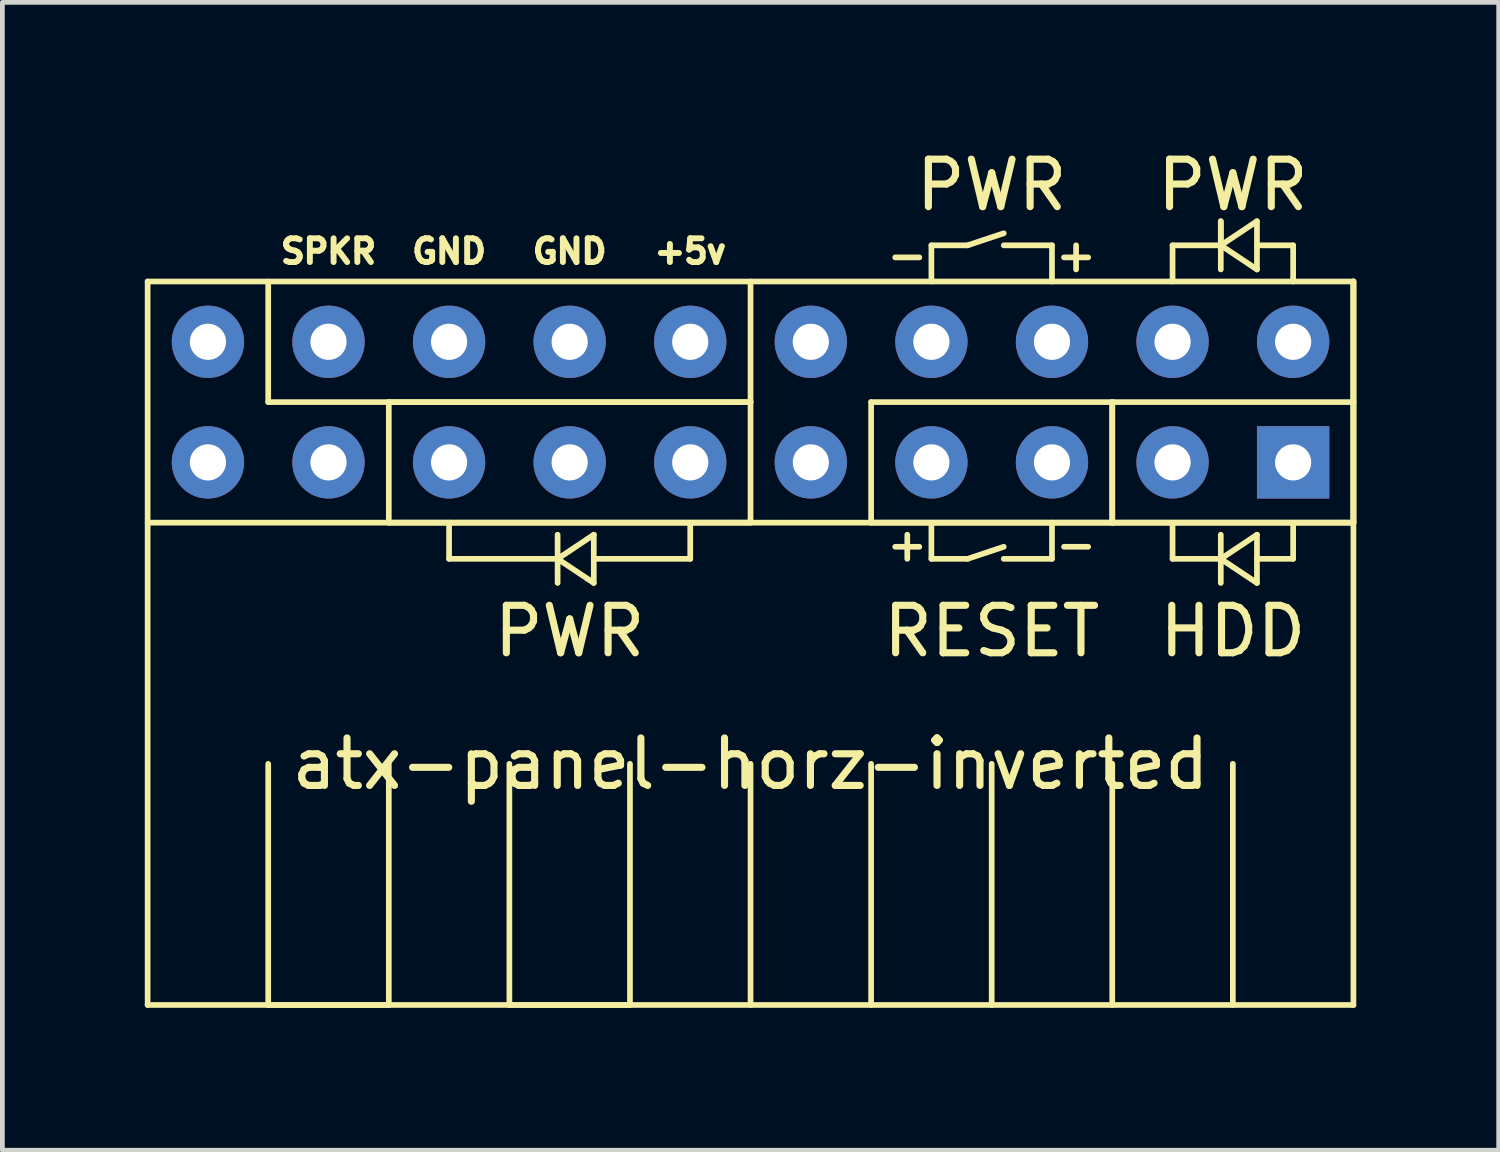
<source format=kicad_pcb>
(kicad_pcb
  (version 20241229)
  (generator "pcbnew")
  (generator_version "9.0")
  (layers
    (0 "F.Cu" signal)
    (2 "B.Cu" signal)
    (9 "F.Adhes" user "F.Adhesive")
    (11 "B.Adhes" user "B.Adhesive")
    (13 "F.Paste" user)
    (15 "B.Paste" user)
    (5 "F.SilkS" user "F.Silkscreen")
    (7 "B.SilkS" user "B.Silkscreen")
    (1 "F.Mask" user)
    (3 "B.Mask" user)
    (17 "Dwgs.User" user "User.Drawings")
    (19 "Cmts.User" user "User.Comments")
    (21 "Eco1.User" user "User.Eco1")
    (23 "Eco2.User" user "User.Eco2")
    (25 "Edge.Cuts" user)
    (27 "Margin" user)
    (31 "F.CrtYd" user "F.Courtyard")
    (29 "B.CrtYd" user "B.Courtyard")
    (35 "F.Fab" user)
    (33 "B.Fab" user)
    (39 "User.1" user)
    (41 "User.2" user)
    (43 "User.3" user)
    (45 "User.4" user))
  (footprint "atx-panel-horz-inverted"
    (layer "F.Cu")
    (at 12.76 5.42)
    (property "Reference" "atx-panel-horz-inverted" (at 0 7.62 0) (layer "F.SilkS") (effects (font (size 1 1) (thickness 0.15))))
    (attr through_hole)
    (fp_line (start -12.7 -2.54) (end -12.7 12.7) (stroke (width 0.12) (type solid)) (layer "F.SilkS"))
    (fp_line (start -12.7 2.54) (end 12.7 2.54) (stroke (width 0.12) (type solid)) (layer "F.SilkS"))
    (fp_line (start -12.7 12.7) (end 12.7 12.7) (stroke (width 0.12) (type solid)) (layer "F.SilkS"))
    (fp_line (start -10.16 -2.54) (end -10.16 0) (stroke (width 0.12) (type solid)) (layer "F.SilkS"))
    (fp_line (start -10.16 0) (end -7.62 0) (stroke (width 0.12) (type solid)) (layer "F.SilkS"))
    (fp_line (start -10.16 7.62) (end -10.16 12.7) (stroke (width 0.12) (type solid)) (layer "F.SilkS"))
    (fp_line (start -10.16 12.7) (end -7.62 12.7) (stroke (width 0.12) (type solid)) (layer "F.SilkS"))
    (fp_line (start -7.62 0) (end 0 0) (stroke (width 0.12) (type solid)) (layer "F.SilkS"))
    (fp_line (start -7.62 0) (end 0 0) (stroke (width 0.12) (type solid)) (layer "F.SilkS"))
    (fp_line (start -7.62 2.54) (end -7.62 0) (stroke (width 0.12) (type solid)) (layer "F.SilkS"))
    (fp_line (start -7.62 12.7) (end -7.62 7.62) (stroke (width 0.12) (type solid)) (layer "F.SilkS"))
    (fp_line (start -6.35 3.302) (end -6.35 2.54) (stroke (width 0.12) (type solid)) (layer "F.SilkS"))
    (fp_line (start -5.08 7.62) (end -5.08 12.7) (stroke (width 0.12) (type solid)) (layer "F.SilkS"))
    (fp_line (start -5.08 12.7) (end -2.54 12.7) (stroke (width 0.12) (type solid)) (layer "F.SilkS"))
    (fp_line (start -4.064 2.794) (end -4.064 3.81) (stroke (width 0.12) (type solid)) (layer "F.SilkS"))
    (fp_line (start -4.064 3.302) (end -6.35 3.302) (stroke (width 0.12) (type solid)) (layer "F.SilkS"))
    (fp_line (start -4.064 3.302) (end -3.302 3.81) (stroke (width 0.12) (type solid)) (layer "F.SilkS"))
    (fp_line (start -3.302 2.794) (end -4.064 3.302) (stroke (width 0.12) (type solid)) (layer "F.SilkS"))
    (fp_line (start -3.302 3.81) (end -3.302 2.794) (stroke (width 0.12) (type solid)) (layer "F.SilkS"))
    (fp_line (start -2.54 12.7) (end -2.54 7.62) (stroke (width 0.12) (type solid)) (layer "F.SilkS"))
    (fp_line (start -1.27 3.302) (end -3.302 3.302) (stroke (width 0.12) (type solid)) (layer "F.SilkS"))
    (fp_line (start -1.27 3.302) (end -1.27 2.54) (stroke (width 0.12) (type solid)) (layer "F.SilkS"))
    (fp_line (start 0 0) (end 0 -2.54) (stroke (width 0.12) (type solid)) (layer "F.SilkS"))
    (fp_line (start 0 0) (end 0 2.54) (stroke (width 0.12) (type solid)) (layer "F.SilkS"))
    (fp_line (start 0 2.54) (end -7.62 2.54) (stroke (width 0.12) (type solid)) (layer "F.SilkS"))
    (fp_line (start 0 12.7) (end 0 7.62) (stroke (width 0.12) (type solid)) (layer "F.SilkS"))
    (fp_line (start 2.54 0) (end 2.54 2.54) (stroke (width 0.12) (type solid)) (layer "F.SilkS"))
    (fp_line (start 2.54 2.54) (end 7.62 2.54) (stroke (width 0.12) (type solid)) (layer "F.SilkS"))
    (fp_line (start 2.54 12.7) (end 2.54 7.62) (stroke (width 0.12) (type solid)) (layer "F.SilkS"))
    (fp_line (start 3.048 -3.048) (end 3.556 -3.048) (stroke (width 0.12) (type solid)) (layer "F.SilkS"))
    (fp_line (start 3.048 3.048) (end 3.556 3.048) (stroke (width 0.12) (type solid)) (layer "F.SilkS"))
    (fp_line (start 3.302 2.794) (end 3.302 3.302) (stroke (width 0.12) (type solid)) (layer "F.SilkS"))
    (fp_line (start 3.81 -3.302) (end 4.572 -3.302) (stroke (width 0.12) (type solid)) (layer "F.SilkS"))
    (fp_line (start 3.81 -2.54) (end 3.81 -3.302) (stroke (width 0.12) (type solid)) (layer "F.SilkS"))
    (fp_line (start 3.81 2.54) (end 3.81 3.302) (stroke (width 0.12) (type solid)) (layer "F.SilkS"))
    (fp_line (start 3.81 3.302) (end 4.572 3.302) (stroke (width 0.12) (type solid)) (layer "F.SilkS"))
    (fp_line (start 5.08 7.62) (end 5.08 12.7) (stroke (width 0.12) (type solid)) (layer "F.SilkS"))
    (fp_line (start 5.334 -3.556) (end 4.572 -3.302) (stroke (width 0.12) (type solid)) (layer "F.SilkS"))
    (fp_line (start 5.334 -3.302) (end 6.35 -3.302) (stroke (width 0.12) (type solid)) (layer "F.SilkS"))
    (fp_line (start 5.334 3.048) (end 4.572 3.302) (stroke (width 0.12) (type solid)) (layer "F.SilkS"))
    (fp_line (start 5.334 3.302) (end 6.35 3.302) (stroke (width 0.12) (type solid)) (layer "F.SilkS"))
    (fp_line (start 6.35 -3.302) (end 6.35 -2.54) (stroke (width 0.12) (type solid)) (layer "F.SilkS"))
    (fp_line (start 6.35 3.302) (end 6.35 2.54) (stroke (width 0.12) (type solid)) (layer "F.SilkS"))
    (fp_line (start 6.604 -3.048) (end 7.112 -3.048) (stroke (width 0.12) (type solid)) (layer "F.SilkS"))
    (fp_line (start 6.604 3.048) (end 7.112 3.048) (stroke (width 0.12) (type solid)) (layer "F.SilkS"))
    (fp_line (start 6.858 -3.302) (end 6.858 -2.794) (stroke (width 0.12) (type solid)) (layer "F.SilkS"))
    (fp_line (start 7.62 0) (end 2.54 0) (stroke (width 0.12) (type solid)) (layer "F.SilkS"))
    (fp_line (start 7.62 0) (end 12.7 0) (stroke (width 0.12) (type solid)) (layer "F.SilkS"))
    (fp_line (start 7.62 2.54) (end 7.62 0) (stroke (width 0.12) (type solid)) (layer "F.SilkS"))
    (fp_line (start 7.62 2.54) (end 7.62 0) (stroke (width 0.12) (type solid)) (layer "F.SilkS"))
    (fp_line (start 7.62 7.62) (end 7.62 12.7) (stroke (width 0.12) (type solid)) (layer "F.SilkS"))
    (fp_line (start 8.89 -3.302) (end 8.89 -2.54) (stroke (width 0.12) (type solid)) (layer "F.SilkS"))
    (fp_line (start 8.89 2.54) (end 8.89 3.302) (stroke (width 0.12) (type solid)) (layer "F.SilkS"))
    (fp_line (start 9.906 -3.81) (end 9.906 -3.302) (stroke (width 0.12) (type solid)) (layer "F.SilkS"))
    (fp_line (start 9.906 -3.302) (end 8.89 -3.302) (stroke (width 0.12) (type solid)) (layer "F.SilkS"))
    (fp_line (start 9.906 -3.302) (end 10.668 -3.81) (stroke (width 0.12) (type solid)) (layer "F.SilkS"))
    (fp_line (start 9.906 -2.794) (end 9.906 -3.81) (stroke (width 0.12) (type solid)) (layer "F.SilkS"))
    (fp_line (start 9.906 3.302) (end 8.89 3.302) (stroke (width 0.12) (type solid)) (layer "F.SilkS"))
    (fp_line (start 9.906 3.302) (end 10.668 2.794) (stroke (width 0.12) (type solid)) (layer "F.SilkS"))
    (fp_line (start 9.906 3.81) (end 9.906 2.794) (stroke (width 0.12) (type solid)) (layer "F.SilkS"))
    (fp_line (start 10.16 7.62) (end 10.16 12.7) (stroke (width 0.12) (type solid)) (layer "F.SilkS"))
    (fp_line (start 10.668 -2.794) (end 9.906 -3.302) (stroke (width 0.12) (type solid)) (layer "F.SilkS"))
    (fp_line (start 10.668 -2.794) (end 10.668 -3.81) (stroke (width 0.12) (type solid)) (layer "F.SilkS"))
    (fp_line (start 10.668 2.794) (end 10.668 3.81) (stroke (width 0.12) (type solid)) (layer "F.SilkS"))
    (fp_line (start 10.668 3.302) (end 11.43 3.302) (stroke (width 0.12) (type solid)) (layer "F.SilkS"))
    (fp_line (start 10.668 3.81) (end 9.906 3.302) (stroke (width 0.12) (type solid)) (layer "F.SilkS"))
    (fp_line (start 11.43 -3.302) (end 10.668 -3.302) (stroke (width 0.12) (type solid)) (layer "F.SilkS"))
    (fp_line (start 11.43 -2.54) (end 11.43 -3.302) (stroke (width 0.12) (type solid)) (layer "F.SilkS"))
    (fp_line (start 11.43 3.302) (end 11.43 2.54) (stroke (width 0.12) (type solid)) (layer "F.SilkS"))
    (fp_line (start 12.7 -2.54) (end -12.7 -2.54) (stroke (width 0.12) (type solid)) (layer "F.SilkS"))
    (fp_line (start 12.7 -2.54) (end 12.7 2.54) (stroke (width 0.12) (type solid)) (layer "F.SilkS"))
    (fp_line (start 12.7 -2.54) (end 12.7 2.54) (stroke (width 0.12) (type solid)) (layer "F.SilkS"))
    (fp_line (start 12.7 0) (end 12.7 -2.54) (stroke (width 0.12) (type solid)) (layer "F.SilkS"))
    (fp_line (start 12.7 0) (end 12.7 2.54) (stroke (width 0.12) (type solid)) (layer "F.SilkS"))
    (fp_line (start 12.7 2.54) (end 7.62 2.54) (stroke (width 0.12) (type solid)) (layer "F.SilkS"))
    (fp_line (start 12.7 12.7) (end 12.7 2.54) (stroke (width 0.12) (type solid)) (layer "F.SilkS"))
    (fp_text user "GND" (at -3.81 -3.175 0) (layer "F.SilkS") (effects (font (size 0.5 0.5) (thickness 0.125))))
    (fp_text user "HDD" (at 10.16 4.826 0) (layer "F.SilkS") (effects (font (size 1 1) (thickness 0.15))))
    (fp_text user "PWR" (at -3.81 4.826 0) (layer "F.SilkS") (effects (font (size 1 1) (thickness 0.15))))
    (fp_text user "RESET" (at 5.08 4.826 0) (layer "F.SilkS") (effects (font (size 1 1) (thickness 0.15))))
    (fp_text user "GND" (at -6.35 -3.175 0) (layer "F.SilkS") (effects (font (size 0.5 0.5) (thickness 0.125))))
    (fp_text user "PWR" (at 10.16 -4.572 0) (layer "F.SilkS") (effects (font (size 1 1) (thickness 0.15))))
    (fp_text user "+5v" (at -1.27 -3.175 0) (layer "F.SilkS") (effects (font (size 0.5 0.5) (thickness 0.125))))
    (fp_text user "PWR" (at 5.08 -4.572 0) (layer "F.SilkS") (effects (font (size 1 1) (thickness 0.15))))
    (fp_text user "SPKR" (at -8.89 -3.175 0) (layer "F.SilkS") (effects (font (size 0.5 0.5) (thickness 0.125))))
    (pad "1" thru_hole rect (at 11.43 1.27) (size 1.524 1.524) (drill 0.762) (layers "*.Cu" "*.Mask"))
    (pad "2" thru_hole circle (at 11.43 -1.27) (size 1.524 1.524) (drill 0.762) (layers "*.Cu" "*.Mask"))
    (pad "3" thru_hole circle (at 8.89 1.27) (size 1.524 1.524) (drill 0.762) (layers "*.Cu" "*.Mask"))
    (pad "4" thru_hole circle (at 8.89 -1.27) (size 1.524 1.524) (drill 0.762) (layers "*.Cu" "*.Mask"))
    (pad "5" thru_hole circle (at 6.35 1.27) (size 1.524 1.524) (drill 0.762) (layers "*.Cu" "*.Mask"))
    (pad "6" thru_hole circle (at 6.35 -1.27) (size 1.524 1.524) (drill 0.762) (layers "*.Cu" "*.Mask"))
    (pad "7" thru_hole circle (at 3.81 1.27) (size 1.524 1.524) (drill 0.762) (layers "*.Cu" "*.Mask"))
    (pad "8" thru_hole circle (at 3.81 -1.27) (size 1.524 1.524) (drill 0.762) (layers "*.Cu" "*.Mask"))
    (pad "9" thru_hole circle (at 1.27 1.27) (size 1.524 1.524) (drill 0.762) (layers "*.Cu" "*.Mask"))
    (pad "10" thru_hole circle (at 1.27 -1.27) (size 1.524 1.524) (drill 0.762) (layers "*.Cu" "*.Mask"))
    (pad "11" thru_hole circle (at -1.27 1.27) (size 1.524 1.524) (drill 0.762) (layers "*.Cu" "*.Mask"))
    (pad "12" thru_hole circle (at -1.27 -1.27) (size 1.524 1.524) (drill 0.762) (layers "*.Cu" "*.Mask"))
    (pad "13" thru_hole circle (at -3.81 1.27) (size 1.524 1.524) (drill 0.762) (layers "*.Cu" "*.Mask"))
    (pad "14" thru_hole circle (at -3.81 -1.27) (size 1.524 1.524) (drill 0.762) (layers "*.Cu" "*.Mask"))
    (pad "15" thru_hole circle (at -6.35 1.27) (size 1.524 1.524) (drill 0.762) (layers "*.Cu" "*.Mask"))
    (pad "16" thru_hole circle (at -6.35 -1.27) (size 1.524 1.524) (drill 0.762) (layers "*.Cu" "*.Mask"))
    (pad "17" thru_hole circle (at -8.89 1.27) (size 1.524 1.524) (drill 0.762) (layers "*.Cu" "*.Mask"))
    (pad "18" thru_hole circle (at -8.89 -1.27) (size 1.524 1.524) (drill 0.762) (layers "*.Cu" "*.Mask"))
    (pad "19" thru_hole circle (at -11.43 -1.27) (size 1.524 1.524) (drill 0.762) (layers "*.Cu" "*.Mask"))
    (pad "20" thru_hole circle (at -11.43 1.27) (size 1.524 1.524) (drill 0.762) (layers "*.Cu" "*.Mask")))
  (gr_rect
    (start -3 -3)
    (end 28.52 21.18)
    (stroke (width 0.1) (type default))
    (fill no)
    (layer "Edge.Cuts")))
</source>
